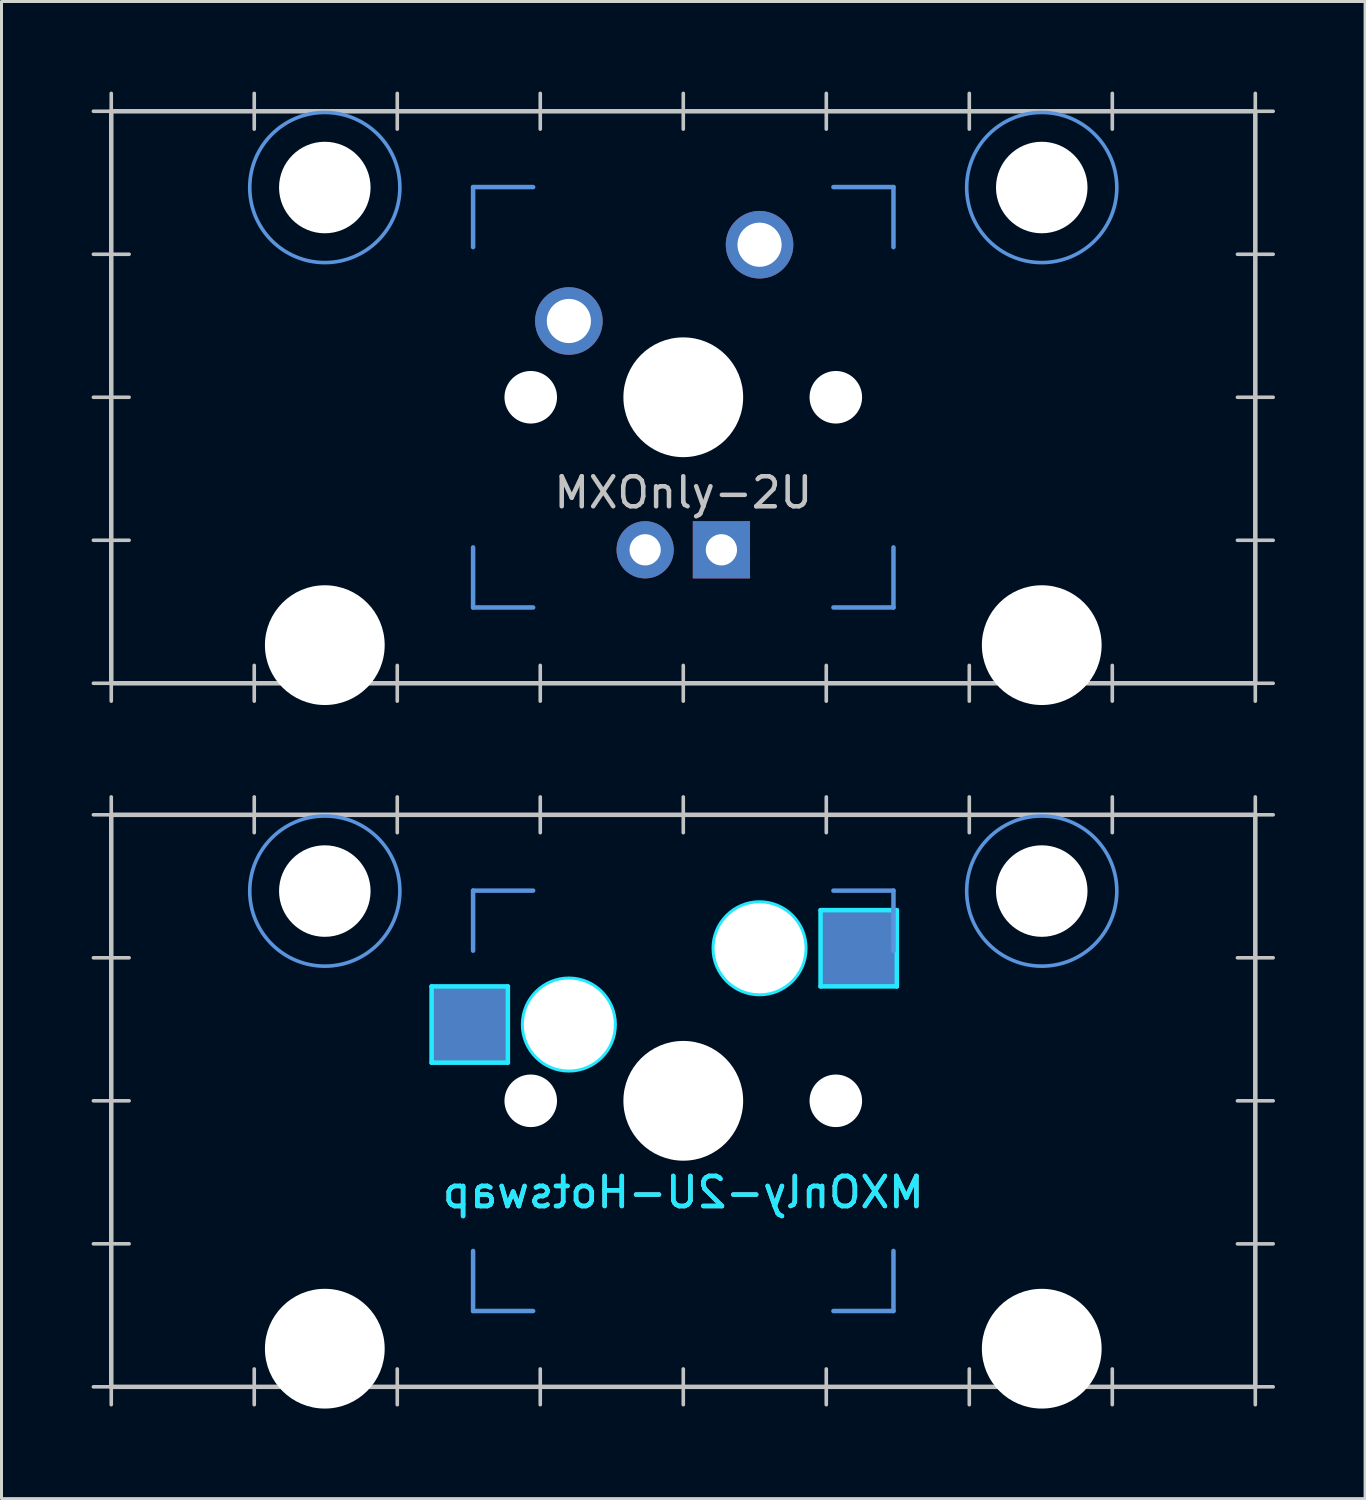
<source format=kicad_pcb>
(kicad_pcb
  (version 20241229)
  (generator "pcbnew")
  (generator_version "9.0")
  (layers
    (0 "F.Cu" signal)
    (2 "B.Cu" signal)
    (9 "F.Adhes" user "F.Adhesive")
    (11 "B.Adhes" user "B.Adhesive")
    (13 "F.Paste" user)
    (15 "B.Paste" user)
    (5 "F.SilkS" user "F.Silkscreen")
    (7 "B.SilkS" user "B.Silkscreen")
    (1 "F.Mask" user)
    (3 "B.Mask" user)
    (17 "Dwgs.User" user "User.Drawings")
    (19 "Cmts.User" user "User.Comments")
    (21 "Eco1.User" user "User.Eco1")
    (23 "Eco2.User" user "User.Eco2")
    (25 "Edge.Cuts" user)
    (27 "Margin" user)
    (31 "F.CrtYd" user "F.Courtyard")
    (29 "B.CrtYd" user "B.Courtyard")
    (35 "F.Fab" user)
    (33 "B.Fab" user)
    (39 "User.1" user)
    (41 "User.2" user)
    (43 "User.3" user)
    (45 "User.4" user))
  (footprint "MXOnly-2U"
    (layer "F.Cu")
    (at 19.705 10.18)
    (property "Reference" "MXOnly-2U" (at 0 3.175 0) (layer "Dwgs.User") (effects (font (size 1 1) (thickness 0.15))))
    (attr through_hole)
    (fp_line (start -19.645 -9.525) (end -19.05 -9.525) (stroke (width 0.12) (type solid)) (layer "Dwgs.User"))
    (fp_line (start -19.645 -0.000008) (end -18.455 -0.000008) (stroke (width 0.12) (type solid)) (layer "Dwgs.User"))
    (fp_line (start -19.645 4.762) (end -18.455 4.762) (stroke (width 0.12) (type solid)) (layer "Dwgs.User"))
    (fp_line (start -19.645 9.525) (end -19.05 9.525) (stroke (width 0.12) (type solid)) (layer "Dwgs.User"))
    (fp_line (start -19.05 10.12) (end -19.05 9.525) (stroke (width 0.12) (type solid)) (layer "Dwgs.User"))
    (fp_line (start -19.05 -10.12) (end -19.05 -9.525) (stroke (width 0.12) (type solid)) (layer "Dwgs.User"))
    (fp_line (start -19.05 -9.525) (end 19.05 -9.525) (stroke (width 0.15) (type solid)) (layer "Dwgs.User"))
    (fp_line (start -19.05 9.525) (end -19.05 -9.525) (stroke (width 0.15) (type solid)) (layer "Dwgs.User"))
    (fp_line (start -19.05 9.525) (end 19.05 9.525) (stroke (width 0.15) (type solid)) (layer "Dwgs.User"))
    (fp_line (start -18.455 -4.763) (end -19.645 -4.763) (stroke (width 0.12) (type solid)) (layer "Dwgs.User"))
    (fp_line (start -14.288 8.93) (end -14.288 10.12) (stroke (width 0.12) (type solid)) (layer "Dwgs.User"))
    (fp_line (start -14.288 -10.12) (end -14.288 -8.93) (stroke (width 0.12) (type solid)) (layer "Dwgs.User"))
    (fp_line (start -9.525 8.93) (end -9.525 10.12) (stroke (width 0.12) (type solid)) (layer "Dwgs.User"))
    (fp_line (start -9.525 -10.12) (end -9.525 -8.93) (stroke (width 0.12) (type solid)) (layer "Dwgs.User"))
    (fp_line (start -4.763 10.12) (end -4.763 8.93) (stroke (width 0.12) (type solid)) (layer "Dwgs.User"))
    (fp_line (start -4.763 -8.93) (end -4.763 -10.12) (stroke (width 0.12) (type solid)) (layer "Dwgs.User"))
    (fp_line (start -0.000018 8.93) (end -0.000018 10.12) (stroke (width 0.12) (type solid)) (layer "Dwgs.User"))
    (fp_line (start 0 -10.12) (end 0 -8.93) (stroke (width 0.12) (type solid)) (layer "Dwgs.User"))
    (fp_line (start 4.762 10.12) (end 4.762 8.93) (stroke (width 0.12) (type solid)) (layer "Dwgs.User"))
    (fp_line (start 4.763 -8.93) (end 4.763 -10.12) (stroke (width 0.12) (type solid)) (layer "Dwgs.User"))
    (fp_line (start 9.525 8.93) (end 9.525 10.12) (stroke (width 0.12) (type solid)) (layer "Dwgs.User"))
    (fp_line (start 9.525 -10.12) (end 9.525 -8.93) (stroke (width 0.12) (type solid)) (layer "Dwgs.User"))
    (fp_line (start 14.287 10.12) (end 14.287 8.93) (stroke (width 0.12) (type solid)) (layer "Dwgs.User"))
    (fp_line (start 14.288 -8.93) (end 14.288 -10.12) (stroke (width 0.12) (type solid)) (layer "Dwgs.User"))
    (fp_line (start 18.455 4.763) (end 19.645 4.763) (stroke (width 0.12) (type solid)) (layer "Dwgs.User"))
    (fp_line (start 19.05 10.12) (end 19.05 9.525) (stroke (width 0.12) (type solid)) (layer "Dwgs.User"))
    (fp_line (start 19.05 -9.525) (end 19.05 9.525) (stroke (width 0.15) (type solid)) (layer "Dwgs.User"))
    (fp_line (start 19.05 -10.12) (end 19.05 -9.525) (stroke (width 0.12) (type solid)) (layer "Dwgs.User"))
    (fp_line (start 19.645 -9.525) (end 19.05 -9.525) (stroke (width 0.12) (type solid)) (layer "Dwgs.User"))
    (fp_line (start 19.645 -4.763) (end 18.455 -4.763) (stroke (width 0.12) (type solid)) (layer "Dwgs.User"))
    (fp_line (start 19.645 0) (end 18.455 0) (stroke (width 0.12) (type solid)) (layer "Dwgs.User"))
    (fp_line (start 19.645 9.525) (end 19.05 9.525) (stroke (width 0.12) (type solid)) (layer "Dwgs.User"))
    (fp_line (start -7 -7) (end -7 -5) (stroke (width 0.15) (type solid)) (layer "Cmts.User"))
    (fp_line (start -7 7) (end -7 5) (stroke (width 0.15) (type solid)) (layer "Cmts.User"))
    (fp_line (start -5 -7) (end -7 -7) (stroke (width 0.15) (type solid)) (layer "Cmts.User"))
    (fp_line (start -5 7) (end -7 7) (stroke (width 0.15) (type solid)) (layer "Cmts.User"))
    (fp_line (start 5 -7) (end 7 -7) (stroke (width 0.15) (type solid)) (layer "Cmts.User"))
    (fp_line (start 7 -7) (end 7 -5) (stroke (width 0.15) (type solid)) (layer "Cmts.User"))
    (fp_line (start 7 5) (end 7 7) (stroke (width 0.15) (type solid)) (layer "Cmts.User"))
    (fp_line (start 7 7) (end 5 7) (stroke (width 0.15) (type solid)) (layer "Cmts.User"))
    (fp_circle (center -11.938 -6.985) (end -9.438 -6.985) (stroke (width 0.12) (type solid)) (fill no) (layer "Cmts.User"))
    (fp_circle (center 11.938 -6.985) (end 14.438 -6.985) (stroke (width 0.12) (type solid)) (fill no) (layer "Cmts.User"))
    (pad "" np_thru_hole circle (at -11.938 -6.985) (size 3.048 3.048) (drill 3.048) (layers "*.Cu" "*.Mask"))
    (pad "" np_thru_hole circle (at -11.938 8.255) (size 3.988 3.988) (drill 3.988) (layers "*.Cu" "*.Mask"))
    (pad "" np_thru_hole circle (at -5.08 0 48.1) (size 1.75 1.75) (drill 1.75) (layers "*.Cu" "*.Mask"))
    (pad "" np_thru_hole circle (at 0 0) (size 3.988 3.988) (drill 3.988) (layers "*.Cu" "*.Mask"))
    (pad "" np_thru_hole circle (at 5.08 0 48.1) (size 1.75 1.75) (drill 1.75) (layers "*.Cu" "*.Mask"))
    (pad "" np_thru_hole circle (at 11.938 -6.985) (size 3.048 3.048) (drill 3.048) (layers "*.Cu" "*.Mask"))
    (pad "" np_thru_hole circle (at 11.938 8.255) (size 3.988 3.988) (drill 3.988) (layers "*.Cu" "*.Mask"))
    (pad "1" thru_hole circle (at -3.81 -2.54) (size 2.25 2.25) (drill 1.47) (layers "*.Cu" "B.Mask"))
    (pad "2" thru_hole circle (at 2.54 -5.08) (size 2.25 2.25) (drill 1.47) (layers "*.Cu" "B.Mask"))
    (pad "3" thru_hole circle (at -1.27 5.08) (size 1.905 1.905) (drill 1.04) (layers "*.Cu" "B.Mask"))
    (pad "4" thru_hole rect (at 1.27 5.08) (size 1.905 1.905) (drill 1.04) (layers "*.Cu" "B.Mask")))
  (footprint "MXOnly-2U-Hotswap"
    (layer "F.Cu")
    (at 19.705 33.61)
    (property "Reference" "MXOnly-2U-Hotswap" (at 0 3.048 0) (layer "B.CrtYd") (effects (font (size 1 1) (thickness 0.15)) (justify mirror)))
    (attr smd)
    (fp_line (start -19.645 -9.525) (end -19.05 -9.525) (stroke (width 0.12) (type solid)) (layer "Dwgs.User"))
    (fp_line (start -19.645 -0.000008) (end -18.455 -0.000008) (stroke (width 0.12) (type solid)) (layer "Dwgs.User"))
    (fp_line (start -19.645 4.762) (end -18.455 4.762) (stroke (width 0.12) (type solid)) (layer "Dwgs.User"))
    (fp_line (start -19.645 9.525) (end -19.05 9.525) (stroke (width 0.12) (type solid)) (layer "Dwgs.User"))
    (fp_line (start -19.05 10.12) (end -19.05 9.525) (stroke (width 0.12) (type solid)) (layer "Dwgs.User"))
    (fp_line (start -19.05 -10.12) (end -19.05 -9.525) (stroke (width 0.12) (type solid)) (layer "Dwgs.User"))
    (fp_line (start -19.05 -9.525) (end 19.05 -9.525) (stroke (width 0.15) (type solid)) (layer "Dwgs.User"))
    (fp_line (start -19.05 9.525) (end -19.05 -9.525) (stroke (width 0.15) (type solid)) (layer "Dwgs.User"))
    (fp_line (start -18.455 -4.763) (end -19.645 -4.763) (stroke (width 0.12) (type solid)) (layer "Dwgs.User"))
    (fp_line (start -14.288 8.93) (end -14.288 10.12) (stroke (width 0.12) (type solid)) (layer "Dwgs.User"))
    (fp_line (start -14.288 -10.12) (end -14.288 -8.93) (stroke (width 0.12) (type solid)) (layer "Dwgs.User"))
    (fp_line (start -9.525 8.93) (end -9.525 10.12) (stroke (width 0.12) (type solid)) (layer "Dwgs.User"))
    (fp_line (start -9.525 -10.12) (end -9.525 -8.93) (stroke (width 0.12) (type solid)) (layer "Dwgs.User"))
    (fp_line (start -4.763 10.12) (end -4.763 8.93) (stroke (width 0.12) (type solid)) (layer "Dwgs.User"))
    (fp_line (start -4.763 -8.93) (end -4.763 -10.12) (stroke (width 0.12) (type solid)) (layer "Dwgs.User"))
    (fp_line (start -0.000018 8.93) (end -0.000018 10.12) (stroke (width 0.12) (type solid)) (layer "Dwgs.User"))
    (fp_line (start 0 -10.12) (end 0 -8.93) (stroke (width 0.12) (type solid)) (layer "Dwgs.User"))
    (fp_line (start 4.762 10.12) (end 4.762 8.93) (stroke (width 0.12) (type solid)) (layer "Dwgs.User"))
    (fp_line (start 4.763 -8.93) (end 4.763 -10.12) (stroke (width 0.12) (type solid)) (layer "Dwgs.User"))
    (fp_line (start 9.525 8.93) (end 9.525 10.12) (stroke (width 0.12) (type solid)) (layer "Dwgs.User"))
    (fp_line (start 9.525 -10.12) (end 9.525 -8.93) (stroke (width 0.12) (type solid)) (layer "Dwgs.User"))
    (fp_line (start 14.287 10.12) (end 14.287 8.93) (stroke (width 0.12) (type solid)) (layer "Dwgs.User"))
    (fp_line (start 14.288 -8.93) (end 14.288 -10.12) (stroke (width 0.12) (type solid)) (layer "Dwgs.User"))
    (fp_line (start 18.455 4.763) (end 19.645 4.763) (stroke (width 0.12) (type solid)) (layer "Dwgs.User"))
    (fp_line (start 19.05 10.12) (end 19.05 9.525) (stroke (width 0.12) (type solid)) (layer "Dwgs.User"))
    (fp_line (start 19.05 -9.525) (end 19.05 9.525) (stroke (width 0.15) (type solid)) (layer "Dwgs.User"))
    (fp_line (start 19.05 9.525) (end -19.05 9.525) (stroke (width 0.15) (type solid)) (layer "Dwgs.User"))
    (fp_line (start 19.05 -10.12) (end 19.05 -9.525) (stroke (width 0.12) (type solid)) (layer "Dwgs.User"))
    (fp_line (start 19.645 -9.525) (end 19.05 -9.525) (stroke (width 0.12) (type solid)) (layer "Dwgs.User"))
    (fp_line (start 19.645 -4.763) (end 18.455 -4.763) (stroke (width 0.12) (type solid)) (layer "Dwgs.User"))
    (fp_line (start 19.645 0) (end 18.455 0) (stroke (width 0.12) (type solid)) (layer "Dwgs.User"))
    (fp_line (start 19.645 9.525) (end 19.05 9.525) (stroke (width 0.12) (type solid)) (layer "Dwgs.User"))
    (fp_line (start -7 -7) (end -7 -5) (stroke (width 0.15) (type solid)) (layer "Cmts.User"))
    (fp_line (start -7 7) (end -7 5) (stroke (width 0.15) (type solid)) (layer "Cmts.User"))
    (fp_line (start -5 -7) (end -7 -7) (stroke (width 0.15) (type solid)) (layer "Cmts.User"))
    (fp_line (start -5 7) (end -7 7) (stroke (width 0.15) (type solid)) (layer "Cmts.User"))
    (fp_line (start 5 -7) (end 7 -7) (stroke (width 0.15) (type solid)) (layer "Cmts.User"))
    (fp_line (start 7 -7) (end 7 -5) (stroke (width 0.15) (type solid)) (layer "Cmts.User"))
    (fp_line (start 7 5) (end 7 7) (stroke (width 0.15) (type solid)) (layer "Cmts.User"))
    (fp_line (start 7 7) (end 5 7) (stroke (width 0.15) (type solid)) (layer "Cmts.User"))
    (fp_circle (center -11.938 -6.985) (end -9.438 -6.985) (stroke (width 0.12) (type solid)) (fill no) (layer "Cmts.User"))
    (fp_circle (center 11.938 -6.985) (end 14.438 -6.985) (stroke (width 0.12) (type solid)) (fill no) (layer "Cmts.User"))
    (fp_line (start -8.382 -3.81) (end -5.842 -3.81) (stroke (width 0.15) (type solid)) (layer "B.CrtYd"))
    (fp_line (start -8.382 -1.27) (end -8.382 -3.81) (stroke (width 0.15) (type solid)) (layer "B.CrtYd"))
    (fp_line (start -5.842 -3.81) (end -5.842 -1.27) (stroke (width 0.15) (type solid)) (layer "B.CrtYd"))
    (fp_line (start -5.842 -1.27) (end -8.382 -1.27) (stroke (width 0.15) (type solid)) (layer "B.CrtYd"))
    (fp_line (start 4.572 -6.35) (end 7.112 -6.35) (stroke (width 0.15) (type solid)) (layer "B.CrtYd"))
    (fp_line (start 4.572 -3.81) (end 4.572 -6.35) (stroke (width 0.15) (type solid)) (layer "B.CrtYd"))
    (fp_line (start 7.112 -6.35) (end 7.112 -3.81) (stroke (width 0.15) (type solid)) (layer "B.CrtYd"))
    (fp_line (start 7.112 -3.81) (end 4.572 -3.81) (stroke (width 0.15) (type solid)) (layer "B.CrtYd"))
    (fp_circle (center -3.81 -2.54) (end -3.81 -4.064) (stroke (width 0.15) (type solid)) (fill no) (layer "B.CrtYd"))
    (fp_circle (center 2.54 -5.08) (end 2.54 -6.604) (stroke (width 0.15) (type solid)) (fill no) (layer "B.CrtYd"))
    (fp_text user "${REFERENCE}" (at 0 3.048 0) (layer "B.SilkS") (effects (font (size 1 1) (thickness 0.15)) (justify mirror)))
    (pad "" np_thru_hole circle (at -11.938 -6.985) (size 3.048 3.048) (drill 3.048) (layers "*.Cu" "*.Mask"))
    (pad "" np_thru_hole circle (at -11.938 8.255) (size 3.988 3.988) (drill 3.988) (layers "*.Cu" "*.Mask"))
    (pad "" np_thru_hole circle (at -5.08 0 48.1) (size 1.75 1.75) (drill 1.75) (layers "*.Cu" "*.Mask"))
    (pad "" np_thru_hole circle (at -3.81 -2.54) (size 3 3) (drill 3) (layers "*.Cu" "*.Mask"))
    (pad "" np_thru_hole circle (at 0 0) (size 3.988 3.988) (drill 3.988) (layers "*.Cu" "*.Mask"))
    (pad "" np_thru_hole circle (at 2.54 -5.08) (size 3 3) (drill 3) (layers "*.Cu" "*.Mask"))
    (pad "" np_thru_hole circle (at 5.08 0 48.1) (size 1.75 1.75) (drill 1.75) (layers "*.Cu" "*.Mask"))
    (pad "" np_thru_hole circle (at 11.938 -6.985) (size 3.048 3.048) (drill 3.048) (layers "*.Cu" "*.Mask"))
    (pad "" np_thru_hole circle (at 11.938 8.255) (size 3.988 3.988) (drill 3.988) (layers "*.Cu" "*.Mask"))
    (pad "1" smd rect (at -7.085 -2.54) (size 2.55 2.5) (layers "B.Cu" "B.Mask" "B.Paste"))
    (pad "2" smd rect (at 5.842 -5.08) (size 2.55 2.5) (layers "B.Cu" "B.Mask" "B.Paste")))
  (gr_rect
    (start -3 -3)
    (end 42.411 46.858)
    (stroke (width 0.1) (type default))
    (fill no)
    (layer "Edge.Cuts")))
</source>
